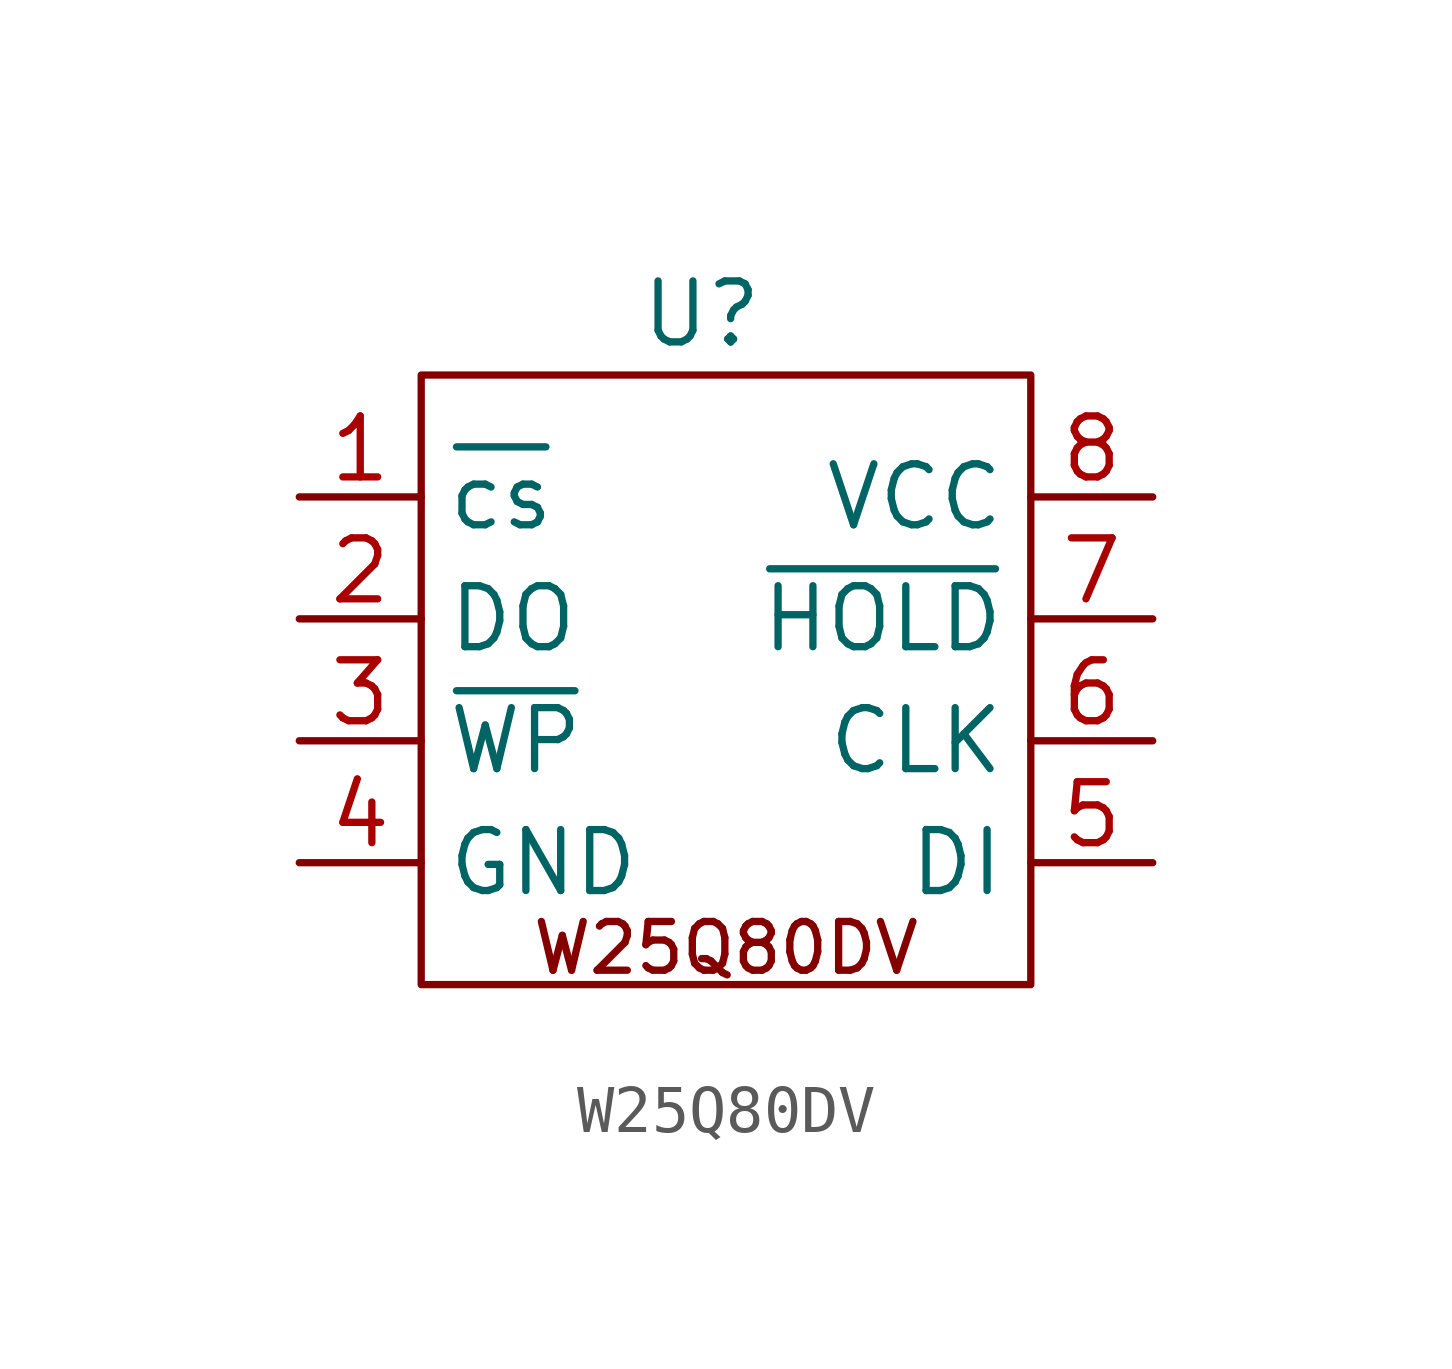
<source format=kicad_sym>
(kicad_symbol_lib
  (version 20231120)
  (generator "kicad_symbol_editor")
  (generator_version "8.0")
  (symbol "W25Q80DV"
    (property "Reference" "U"
      (at -0.508 7.62 0)
      (effects (font (size 1.27 1.27))))
    (property "Value" ""
      (at 0 -6.35 0)
      (effects (font (size 1.27 1.27))))
    (symbol "W25Q80DV_0_1"
      (rectangle (start -6.35 6.35) (end 6.35 -6.35) (stroke (width 0) (type default)) (fill (type none))))
    (symbol "W25Q80DV_1_1"
      (text "W25Q80DV" (at 0 -5.588 0) (effects (font (size 1.016 1.016))))
      (pin input line (at -8.89 3.81 0) (length 2.54) (name "~{cs}" (effects (font (size 1.27 1.27)))) (number "1" (effects (font (size 1.27 1.27)))))
      (pin output line (at -8.89 1.27 0) (length 2.54) (name "DO" (effects (font (size 1.27 1.27)))) (number "2" (effects (font (size 1.27 1.27)))))
      (pin input line (at -8.89 -1.27 0) (length 2.54) (name "~{WP}" (effects (font (size 1.27 1.27)))) (number "3" (effects (font (size 1.27 1.27)))))
      (pin passive line (at -8.89 -3.81 0) (length 2.54) (name "GND" (effects (font (size 1.27 1.27)))) (number "4" (effects (font (size 1.27 1.27)))))
      (pin input line (at 8.89 -3.81 180) (length 2.54) (name "DI" (effects (font (size 1.27 1.27)))) (number "5" (effects (font (size 1.27 1.27)))))
      (pin input line (at 8.89 -1.27 180) (length 2.54) (name "CLK" (effects (font (size 1.27 1.27)))) (number "6" (effects (font (size 1.27 1.27)))))
      (pin bidirectional line (at 8.89 1.27 180) (length 2.54) (name "~{HOLD}" (effects (font (size 1.27 1.27)))) (number "7" (effects (font (size 1.27 1.27)))))
      (pin power_in line (at 8.89 3.81 180) (length 2.54) (name "VCC" (effects (font (size 1.27 1.27)))) (number "8" (effects (font (size 1.27 1.27))))))))
</source>
